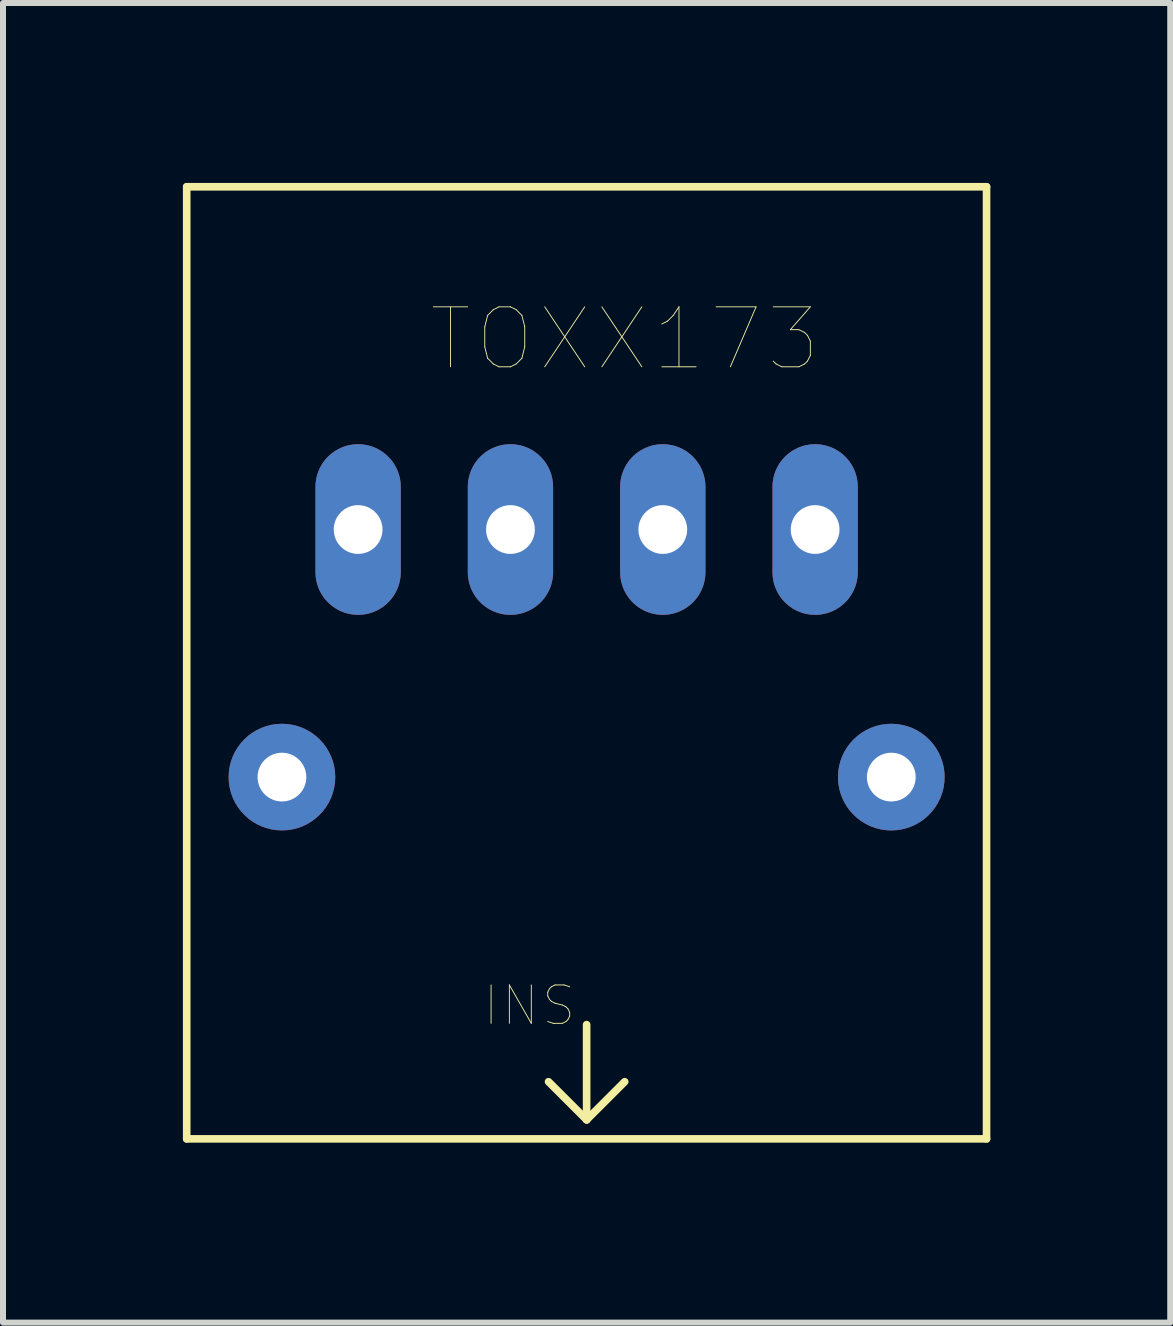
<source format=kicad_pcb>
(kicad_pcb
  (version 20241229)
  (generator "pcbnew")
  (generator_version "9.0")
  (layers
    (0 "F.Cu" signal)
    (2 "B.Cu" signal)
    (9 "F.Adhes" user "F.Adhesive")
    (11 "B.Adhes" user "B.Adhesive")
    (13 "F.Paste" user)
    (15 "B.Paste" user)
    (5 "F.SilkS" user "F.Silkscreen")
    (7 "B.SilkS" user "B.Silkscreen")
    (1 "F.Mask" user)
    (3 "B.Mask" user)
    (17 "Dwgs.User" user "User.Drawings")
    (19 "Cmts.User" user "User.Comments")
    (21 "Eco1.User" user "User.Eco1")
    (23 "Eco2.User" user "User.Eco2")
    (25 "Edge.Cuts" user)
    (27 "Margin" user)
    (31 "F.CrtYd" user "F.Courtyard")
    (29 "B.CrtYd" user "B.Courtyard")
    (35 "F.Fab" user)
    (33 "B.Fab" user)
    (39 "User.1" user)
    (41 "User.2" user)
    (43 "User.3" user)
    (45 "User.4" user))
  (footprint "TOXX173"
    (layer "F.Cu")
    (at 6.731 5.779)
    (property "Reference" "TOXX173" (at 0.635 -3.175 0) (layer "F.SilkS") (effects (font (size 1 1) (thickness 0.015))))
    (attr through_hole)
    (fp_line (start -6.668 -5.715) (end 6.668 -5.715) (stroke (width 0.127) (type solid)) (layer "F.SilkS"))
    (fp_line (start -6.668 10.16) (end -6.668 -5.715) (stroke (width 0.127) (type solid)) (layer "F.SilkS"))
    (fp_line (start 0 8.255) (end 0 9.842) (stroke (width 0.127) (type solid)) (layer "F.SilkS"))
    (fp_line (start 0 9.842) (end -0.635 9.207) (stroke (width 0.127) (type solid)) (layer "F.SilkS"))
    (fp_line (start 0 9.842) (end 0.635 9.207) (stroke (width 0.127) (type solid)) (layer "F.SilkS"))
    (fp_line (start 6.668 -5.715) (end 6.668 10.16) (stroke (width 0.127) (type solid)) (layer "F.SilkS"))
    (fp_line (start 6.668 10.16) (end -6.668 10.16) (stroke (width 0.127) (type solid)) (layer "F.SilkS"))
    (fp_text user "INS" (at -0.953 7.938 0) (layer "F.SilkS") (effects (font (size 0.64 0.64) (thickness 0.015))))
    (pad "1" thru_hole oval (at 3.81 0) (size 1.422 2.845) (drill 0.813) (layers "*.Cu" "*.Mask"))
    (pad "2" thru_hole oval (at 1.27 0) (size 1.422 2.845) (drill 0.813) (layers "*.Cu" "*.Mask"))
    (pad "3" thru_hole oval (at -1.27 0) (size 1.422 2.845) (drill 0.813) (layers "*.Cu" "*.Mask"))
    (pad "4" thru_hole oval (at -3.81 0) (size 1.422 2.845) (drill 0.813) (layers "*.Cu" "*.Mask"))
    (pad "5" thru_hole circle (at -5.08 4.128) (size 1.778 1.778) (drill 0.813) (layers "*.Cu" "*.Mask"))
    (pad "6" thru_hole circle (at 5.08 4.128) (size 1.778 1.778) (drill 0.813) (layers "*.Cu" "*.Mask")))
  (gr_rect
    (start -3 -3)
    (end 16.462 19.002)
    (stroke (width 0.1) (type default))
    (fill no)
    (layer "Edge.Cuts")))
</source>
